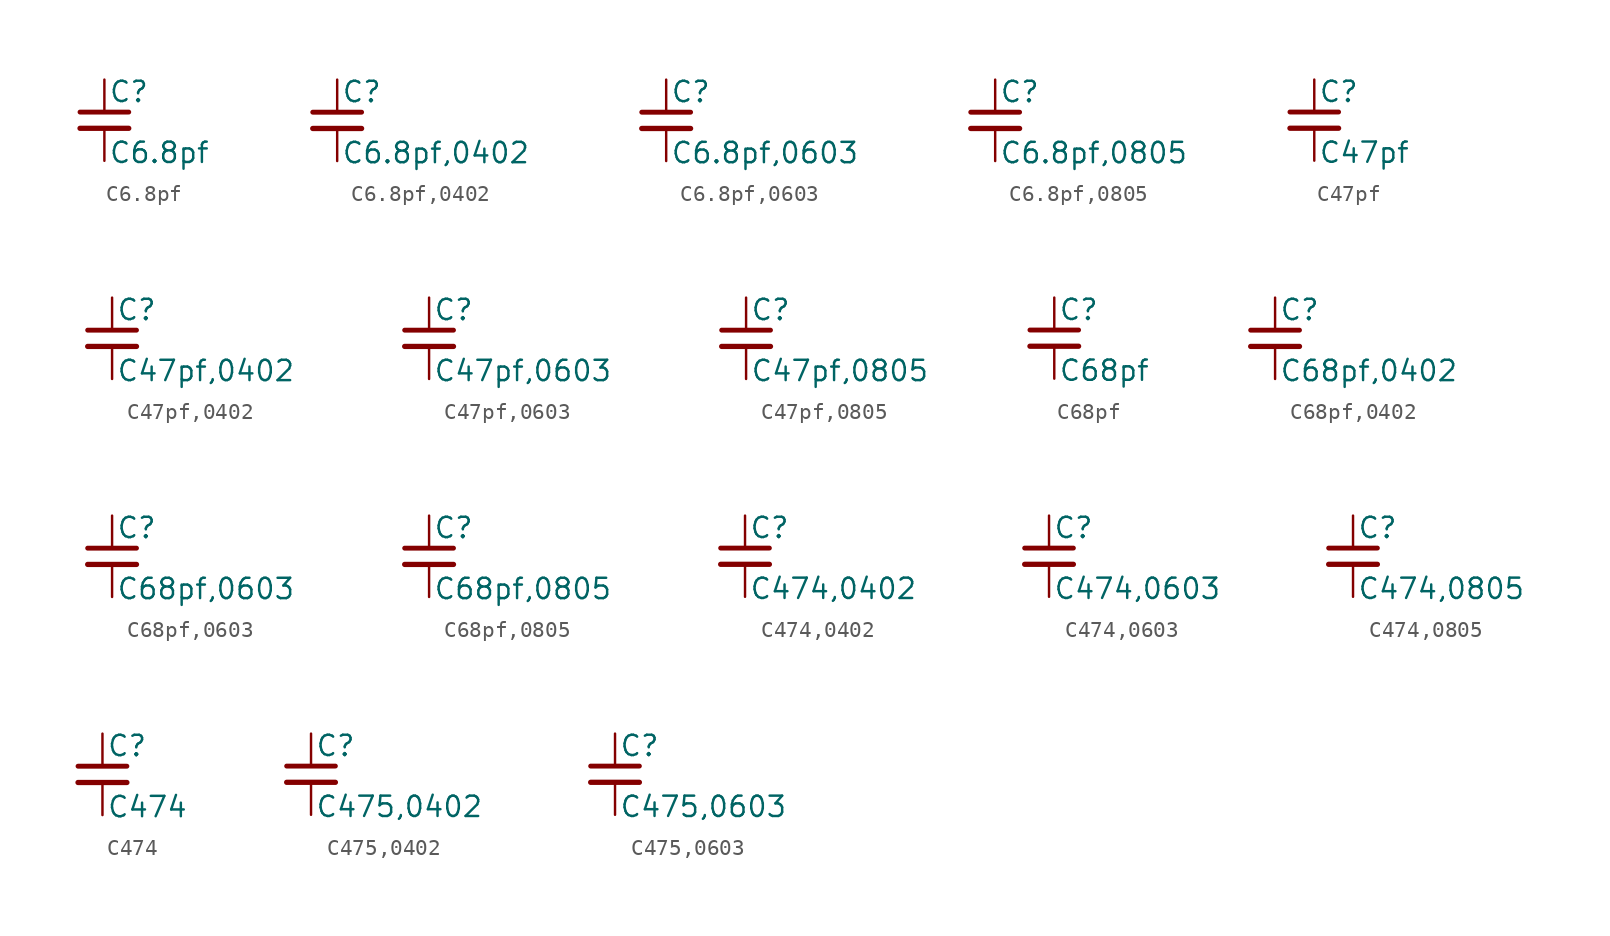
<source format=kicad_sym>
(kicad_symbol_lib
  (version 20211014)
  (generator kicad_symbol_editor)
  (symbol "C6.8pf"
    (pin_numbers hide)
    (pin_names
      (offset 0.254) hide)
    (property "Reference" "C"
      (at 0.254 1.778 0)
      (effects (font (size 1.27 1.27)) (justify left)))
    (property "Value" "C6.8pf"
      (at 0.254 -2.032 0)
      (effects (font (size 1.27 1.27)) (justify left)))
    (symbol "C6.8pf_0_1"
      (polyline (pts (xy -1.524 -0.508) (xy 1.524 -0.508)) (stroke (width 0.33) (type default) (color 0 0 0 0)) (fill (type none)))
      (polyline (pts (xy -1.524 0.508) (xy 1.524 0.508)) (stroke (width 0.305) (type default) (color 0 0 0 0)) (fill (type none))))
    (symbol "C6.8pf_1_1"
      (pin passive line (at 0 2.54 270) (length 2.032) (name "~" (effects (font (size 1.27 1.27)))) (number "1" (effects (font (size 1.27 1.27)))))
      (pin passive line (at 0 -2.54 90) (length 2.032) (name "~" (effects (font (size 1.27 1.27)))) (number "2" (effects (font (size 1.27 1.27)))))))
  (symbol "C6.8pf,0402"
    (pin_numbers hide)
    (pin_names
      (offset 0.254) hide)
    (property "Reference" "C"
      (at 0.254 1.778 0)
      (effects (font (size 1.27 1.27)) (justify left)))
    (property "Value" "C6.8pf,0402"
      (at 0.254 -2.032 0)
      (effects (font (size 1.27 1.27)) (justify left)))
    (symbol "C6.8pf,0402_0_1"
      (polyline (pts (xy -1.524 -0.508) (xy 1.524 -0.508)) (stroke (width 0.33) (type default) (color 0 0 0 0)) (fill (type none)))
      (polyline (pts (xy -1.524 0.508) (xy 1.524 0.508)) (stroke (width 0.305) (type default) (color 0 0 0 0)) (fill (type none))))
    (symbol "C6.8pf,0402_1_1"
      (pin passive line (at 0 2.54 270) (length 2.032) (name "~" (effects (font (size 1.27 1.27)))) (number "1" (effects (font (size 1.27 1.27)))))
      (pin passive line (at 0 -2.54 90) (length 2.032) (name "~" (effects (font (size 1.27 1.27)))) (number "2" (effects (font (size 1.27 1.27)))))))
  (symbol "C6.8pf,0603"
    (pin_numbers hide)
    (pin_names
      (offset 0.254) hide)
    (property "Reference" "C"
      (at 0.254 1.778 0)
      (effects (font (size 1.27 1.27)) (justify left)))
    (property "Value" "C6.8pf,0603"
      (at 0.254 -2.032 0)
      (effects (font (size 1.27 1.27)) (justify left)))
    (symbol "C6.8pf,0603_0_1"
      (polyline (pts (xy -1.524 -0.508) (xy 1.524 -0.508)) (stroke (width 0.33) (type default) (color 0 0 0 0)) (fill (type none)))
      (polyline (pts (xy -1.524 0.508) (xy 1.524 0.508)) (stroke (width 0.305) (type default) (color 0 0 0 0)) (fill (type none))))
    (symbol "C6.8pf,0603_1_1"
      (pin passive line (at 0 2.54 270) (length 2.032) (name "~" (effects (font (size 1.27 1.27)))) (number "1" (effects (font (size 1.27 1.27)))))
      (pin passive line (at 0 -2.54 90) (length 2.032) (name "~" (effects (font (size 1.27 1.27)))) (number "2" (effects (font (size 1.27 1.27)))))))
  (symbol "C6.8pf,0805"
    (pin_numbers hide)
    (pin_names
      (offset 0.254) hide)
    (property "Reference" "C"
      (at 0.254 1.778 0)
      (effects (font (size 1.27 1.27)) (justify left)))
    (property "Value" "C6.8pf,0805"
      (at 0.254 -2.032 0)
      (effects (font (size 1.27 1.27)) (justify left)))
    (symbol "C6.8pf,0805_0_1"
      (polyline (pts (xy -1.524 -0.508) (xy 1.524 -0.508)) (stroke (width 0.33) (type default) (color 0 0 0 0)) (fill (type none)))
      (polyline (pts (xy -1.524 0.508) (xy 1.524 0.508)) (stroke (width 0.305) (type default) (color 0 0 0 0)) (fill (type none))))
    (symbol "C6.8pf,0805_1_1"
      (pin passive line (at 0 2.54 270) (length 2.032) (name "~" (effects (font (size 1.27 1.27)))) (number "1" (effects (font (size 1.27 1.27)))))
      (pin passive line (at 0 -2.54 90) (length 2.032) (name "~" (effects (font (size 1.27 1.27)))) (number "2" (effects (font (size 1.27 1.27)))))))
  (symbol "C47pf"
    (pin_numbers hide)
    (pin_names
      (offset 0.254) hide)
    (property "Reference" "C"
      (at 0.254 1.778 0)
      (effects (font (size 1.27 1.27)) (justify left)))
    (property "Value" "C47pf"
      (at 0.254 -2.032 0)
      (effects (font (size 1.27 1.27)) (justify left)))
    (symbol "C47pf_0_1"
      (polyline (pts (xy -1.524 -0.508) (xy 1.524 -0.508)) (stroke (width 0.33) (type default) (color 0 0 0 0)) (fill (type none)))
      (polyline (pts (xy -1.524 0.508) (xy 1.524 0.508)) (stroke (width 0.305) (type default) (color 0 0 0 0)) (fill (type none))))
    (symbol "C47pf_1_1"
      (pin passive line (at 0 2.54 270) (length 2.032) (name "~" (effects (font (size 1.27 1.27)))) (number "1" (effects (font (size 1.27 1.27)))))
      (pin passive line (at 0 -2.54 90) (length 2.032) (name "~" (effects (font (size 1.27 1.27)))) (number "2" (effects (font (size 1.27 1.27)))))))
  (symbol "C47pf,0402"
    (pin_numbers hide)
    (pin_names
      (offset 0.254) hide)
    (property "Reference" "C"
      (at 0.254 1.778 0)
      (effects (font (size 1.27 1.27)) (justify left)))
    (property "Value" "C47pf,0402"
      (at 0.254 -2.032 0)
      (effects (font (size 1.27 1.27)) (justify left)))
    (symbol "C47pf,0402_0_1"
      (polyline (pts (xy -1.524 -0.508) (xy 1.524 -0.508)) (stroke (width 0.33) (type default) (color 0 0 0 0)) (fill (type none)))
      (polyline (pts (xy -1.524 0.508) (xy 1.524 0.508)) (stroke (width 0.305) (type default) (color 0 0 0 0)) (fill (type none))))
    (symbol "C47pf,0402_1_1"
      (pin passive line (at 0 2.54 270) (length 2.032) (name "~" (effects (font (size 1.27 1.27)))) (number "1" (effects (font (size 1.27 1.27)))))
      (pin passive line (at 0 -2.54 90) (length 2.032) (name "~" (effects (font (size 1.27 1.27)))) (number "2" (effects (font (size 1.27 1.27)))))))
  (symbol "C47pf,0603"
    (pin_numbers hide)
    (pin_names
      (offset 0.254) hide)
    (property "Reference" "C"
      (at 0.254 1.778 0)
      (effects (font (size 1.27 1.27)) (justify left)))
    (property "Value" "C47pf,0603"
      (at 0.254 -2.032 0)
      (effects (font (size 1.27 1.27)) (justify left)))
    (symbol "C47pf,0603_0_1"
      (polyline (pts (xy -1.524 -0.508) (xy 1.524 -0.508)) (stroke (width 0.33) (type default) (color 0 0 0 0)) (fill (type none)))
      (polyline (pts (xy -1.524 0.508) (xy 1.524 0.508)) (stroke (width 0.305) (type default) (color 0 0 0 0)) (fill (type none))))
    (symbol "C47pf,0603_1_1"
      (pin passive line (at 0 2.54 270) (length 2.032) (name "~" (effects (font (size 1.27 1.27)))) (number "1" (effects (font (size 1.27 1.27)))))
      (pin passive line (at 0 -2.54 90) (length 2.032) (name "~" (effects (font (size 1.27 1.27)))) (number "2" (effects (font (size 1.27 1.27)))))))
  (symbol "C47pf,0805"
    (pin_numbers hide)
    (pin_names
      (offset 0.254) hide)
    (property "Reference" "C"
      (at 0.254 1.778 0)
      (effects (font (size 1.27 1.27)) (justify left)))
    (property "Value" "C47pf,0805"
      (at 0.254 -2.032 0)
      (effects (font (size 1.27 1.27)) (justify left)))
    (symbol "C47pf,0805_0_1"
      (polyline (pts (xy -1.524 -0.508) (xy 1.524 -0.508)) (stroke (width 0.33) (type default) (color 0 0 0 0)) (fill (type none)))
      (polyline (pts (xy -1.524 0.508) (xy 1.524 0.508)) (stroke (width 0.305) (type default) (color 0 0 0 0)) (fill (type none))))
    (symbol "C47pf,0805_1_1"
      (pin passive line (at 0 2.54 270) (length 2.032) (name "~" (effects (font (size 1.27 1.27)))) (number "1" (effects (font (size 1.27 1.27)))))
      (pin passive line (at 0 -2.54 90) (length 2.032) (name "~" (effects (font (size 1.27 1.27)))) (number "2" (effects (font (size 1.27 1.27)))))))
  (symbol "C68pf"
    (pin_numbers hide)
    (pin_names
      (offset 0.254) hide)
    (property "Reference" "C"
      (at 0.254 1.778 0)
      (effects (font (size 1.27 1.27)) (justify left)))
    (property "Value" "C68pf"
      (at 0.254 -2.032 0)
      (effects (font (size 1.27 1.27)) (justify left)))
    (symbol "C68pf_0_1"
      (polyline (pts (xy -1.524 -0.508) (xy 1.524 -0.508)) (stroke (width 0.33) (type default) (color 0 0 0 0)) (fill (type none)))
      (polyline (pts (xy -1.524 0.508) (xy 1.524 0.508)) (stroke (width 0.305) (type default) (color 0 0 0 0)) (fill (type none))))
    (symbol "C68pf_1_1"
      (pin passive line (at 0 2.54 270) (length 2.032) (name "~" (effects (font (size 1.27 1.27)))) (number "1" (effects (font (size 1.27 1.27)))))
      (pin passive line (at 0 -2.54 90) (length 2.032) (name "~" (effects (font (size 1.27 1.27)))) (number "2" (effects (font (size 1.27 1.27)))))))
  (symbol "C68pf,0402"
    (pin_numbers hide)
    (pin_names
      (offset 0.254) hide)
    (property "Reference" "C"
      (at 0.254 1.778 0)
      (effects (font (size 1.27 1.27)) (justify left)))
    (property "Value" "C68pf,0402"
      (at 0.254 -2.032 0)
      (effects (font (size 1.27 1.27)) (justify left)))
    (symbol "C68pf,0402_0_1"
      (polyline (pts (xy -1.524 -0.508) (xy 1.524 -0.508)) (stroke (width 0.33) (type default) (color 0 0 0 0)) (fill (type none)))
      (polyline (pts (xy -1.524 0.508) (xy 1.524 0.508)) (stroke (width 0.305) (type default) (color 0 0 0 0)) (fill (type none))))
    (symbol "C68pf,0402_1_1"
      (pin passive line (at 0 2.54 270) (length 2.032) (name "~" (effects (font (size 1.27 1.27)))) (number "1" (effects (font (size 1.27 1.27)))))
      (pin passive line (at 0 -2.54 90) (length 2.032) (name "~" (effects (font (size 1.27 1.27)))) (number "2" (effects (font (size 1.27 1.27)))))))
  (symbol "C68pf,0603"
    (pin_numbers hide)
    (pin_names
      (offset 0.254) hide)
    (property "Reference" "C"
      (at 0.254 1.778 0)
      (effects (font (size 1.27 1.27)) (justify left)))
    (property "Value" "C68pf,0603"
      (at 0.254 -2.032 0)
      (effects (font (size 1.27 1.27)) (justify left)))
    (symbol "C68pf,0603_0_1"
      (polyline (pts (xy -1.524 -0.508) (xy 1.524 -0.508)) (stroke (width 0.33) (type default) (color 0 0 0 0)) (fill (type none)))
      (polyline (pts (xy -1.524 0.508) (xy 1.524 0.508)) (stroke (width 0.305) (type default) (color 0 0 0 0)) (fill (type none))))
    (symbol "C68pf,0603_1_1"
      (pin passive line (at 0 2.54 270) (length 2.032) (name "~" (effects (font (size 1.27 1.27)))) (number "1" (effects (font (size 1.27 1.27)))))
      (pin passive line (at 0 -2.54 90) (length 2.032) (name "~" (effects (font (size 1.27 1.27)))) (number "2" (effects (font (size 1.27 1.27)))))))
  (symbol "C68pf,0805"
    (pin_numbers hide)
    (pin_names
      (offset 0.254) hide)
    (property "Reference" "C"
      (at 0.254 1.778 0)
      (effects (font (size 1.27 1.27)) (justify left)))
    (property "Value" "C68pf,0805"
      (at 0.254 -2.032 0)
      (effects (font (size 1.27 1.27)) (justify left)))
    (symbol "C68pf,0805_0_1"
      (polyline (pts (xy -1.524 -0.508) (xy 1.524 -0.508)) (stroke (width 0.33) (type default) (color 0 0 0 0)) (fill (type none)))
      (polyline (pts (xy -1.524 0.508) (xy 1.524 0.508)) (stroke (width 0.305) (type default) (color 0 0 0 0)) (fill (type none))))
    (symbol "C68pf,0805_1_1"
      (pin passive line (at 0 2.54 270) (length 2.032) (name "~" (effects (font (size 1.27 1.27)))) (number "1" (effects (font (size 1.27 1.27)))))
      (pin passive line (at 0 -2.54 90) (length 2.032) (name "~" (effects (font (size 1.27 1.27)))) (number "2" (effects (font (size 1.27 1.27)))))))
  (symbol "C474,0402"
    (pin_numbers hide)
    (pin_names
      (offset 0.254) hide)
    (property "Reference" "C"
      (at 0.254 1.778 0)
      (effects (font (size 1.27 1.27)) (justify left)))
    (property "Value" "C474,0402"
      (at 0.254 -2.032 0)
      (effects (font (size 1.27 1.27)) (justify left)))
    (symbol "C474,0402_0_1"
      (polyline (pts (xy -1.524 -0.508) (xy 1.524 -0.508)) (stroke (width 0.33) (type default) (color 0 0 0 0)) (fill (type none)))
      (polyline (pts (xy -1.524 0.508) (xy 1.524 0.508)) (stroke (width 0.305) (type default) (color 0 0 0 0)) (fill (type none))))
    (symbol "C474,0402_1_1"
      (pin passive line (at 0 2.54 270) (length 2.032) (name "~" (effects (font (size 1.27 1.27)))) (number "1" (effects (font (size 1.27 1.27)))))
      (pin passive line (at 0 -2.54 90) (length 2.032) (name "~" (effects (font (size 1.27 1.27)))) (number "2" (effects (font (size 1.27 1.27)))))))
  (symbol "C474,0603"
    (pin_numbers hide)
    (pin_names
      (offset 0.254) hide)
    (property "Reference" "C"
      (at 0.254 1.778 0)
      (effects (font (size 1.27 1.27)) (justify left)))
    (property "Value" "C474,0603"
      (at 0.254 -2.032 0)
      (effects (font (size 1.27 1.27)) (justify left)))
    (symbol "C474,0603_0_1"
      (polyline (pts (xy -1.524 -0.508) (xy 1.524 -0.508)) (stroke (width 0.33) (type default) (color 0 0 0 0)) (fill (type none)))
      (polyline (pts (xy -1.524 0.508) (xy 1.524 0.508)) (stroke (width 0.305) (type default) (color 0 0 0 0)) (fill (type none))))
    (symbol "C474,0603_1_1"
      (pin passive line (at 0 2.54 270) (length 2.032) (name "~" (effects (font (size 1.27 1.27)))) (number "1" (effects (font (size 1.27 1.27)))))
      (pin passive line (at 0 -2.54 90) (length 2.032) (name "~" (effects (font (size 1.27 1.27)))) (number "2" (effects (font (size 1.27 1.27)))))))
  (symbol "C474,0805"
    (pin_numbers hide)
    (pin_names
      (offset 0.254) hide)
    (property "Reference" "C"
      (at 0.254 1.778 0)
      (effects (font (size 1.27 1.27)) (justify left)))
    (property "Value" "C474,0805"
      (at 0.254 -2.032 0)
      (effects (font (size 1.27 1.27)) (justify left)))
    (symbol "C474,0805_0_1"
      (polyline (pts (xy -1.524 -0.508) (xy 1.524 -0.508)) (stroke (width 0.33) (type default) (color 0 0 0 0)) (fill (type none)))
      (polyline (pts (xy -1.524 0.508) (xy 1.524 0.508)) (stroke (width 0.305) (type default) (color 0 0 0 0)) (fill (type none))))
    (symbol "C474,0805_1_1"
      (pin passive line (at 0 2.54 270) (length 2.032) (name "~" (effects (font (size 1.27 1.27)))) (number "1" (effects (font (size 1.27 1.27)))))
      (pin passive line (at 0 -2.54 90) (length 2.032) (name "~" (effects (font (size 1.27 1.27)))) (number "2" (effects (font (size 1.27 1.27)))))))
  (symbol "C474"
    (pin_numbers hide)
    (pin_names
      (offset 0.254) hide)
    (property "Reference" "C"
      (at 0.254 1.778 0)
      (effects (font (size 1.27 1.27)) (justify left)))
    (property "Value" "C474"
      (at 0.254 -2.032 0)
      (effects (font (size 1.27 1.27)) (justify left)))
    (symbol "C474_0_1"
      (polyline (pts (xy -1.524 -0.508) (xy 1.524 -0.508)) (stroke (width 0.33) (type default) (color 0 0 0 0)) (fill (type none)))
      (polyline (pts (xy -1.524 0.508) (xy 1.524 0.508)) (stroke (width 0.305) (type default) (color 0 0 0 0)) (fill (type none))))
    (symbol "C474_1_1"
      (pin passive line (at 0 2.54 270) (length 2.032) (name "~" (effects (font (size 1.27 1.27)))) (number "1" (effects (font (size 1.27 1.27)))))
      (pin passive line (at 0 -2.54 90) (length 2.032) (name "~" (effects (font (size 1.27 1.27)))) (number "2" (effects (font (size 1.27 1.27)))))))
  (symbol "C475,0402"
    (pin_numbers hide)
    (pin_names
      (offset 0.254) hide)
    (property "Reference" "C"
      (at 0.254 1.778 0)
      (effects (font (size 1.27 1.27)) (justify left)))
    (property "Value" "C475,0402"
      (at 0.254 -2.032 0)
      (effects (font (size 1.27 1.27)) (justify left)))
    (symbol "C475,0402_0_1"
      (polyline (pts (xy -1.524 -0.508) (xy 1.524 -0.508)) (stroke (width 0.33) (type default) (color 0 0 0 0)) (fill (type none)))
      (polyline (pts (xy -1.524 0.508) (xy 1.524 0.508)) (stroke (width 0.305) (type default) (color 0 0 0 0)) (fill (type none))))
    (symbol "C475,0402_1_1"
      (pin passive line (at 0 2.54 270) (length 2.032) (name "~" (effects (font (size 1.27 1.27)))) (number "1" (effects (font (size 1.27 1.27)))))
      (pin passive line (at 0 -2.54 90) (length 2.032) (name "~" (effects (font (size 1.27 1.27)))) (number "2" (effects (font (size 1.27 1.27)))))))
  (symbol "C475,0603"
    (pin_numbers hide)
    (pin_names
      (offset 0.254) hide)
    (property "Reference" "C"
      (at 0.254 1.778 0)
      (effects (font (size 1.27 1.27)) (justify left)))
    (property "Value" "C475,0603"
      (at 0.254 -2.032 0)
      (effects (font (size 1.27 1.27)) (justify left)))
    (symbol "C475,0603_0_1"
      (polyline (pts (xy -1.524 -0.508) (xy 1.524 -0.508)) (stroke (width 0.33) (type default) (color 0 0 0 0)) (fill (type none)))
      (polyline (pts (xy -1.524 0.508) (xy 1.524 0.508)) (stroke (width 0.305) (type default) (color 0 0 0 0)) (fill (type none))))
    (symbol "C475,0603_1_1"
      (pin passive line (at 0 2.54 270) (length 2.032) (name "~" (effects (font (size 1.27 1.27)))) (number "1" (effects (font (size 1.27 1.27)))))
      (pin passive line (at 0 -2.54 90) (length 2.032) (name "~" (effects (font (size 1.27 1.27)))) (number "2" (effects (font (size 1.27 1.27))))))))
</source>
